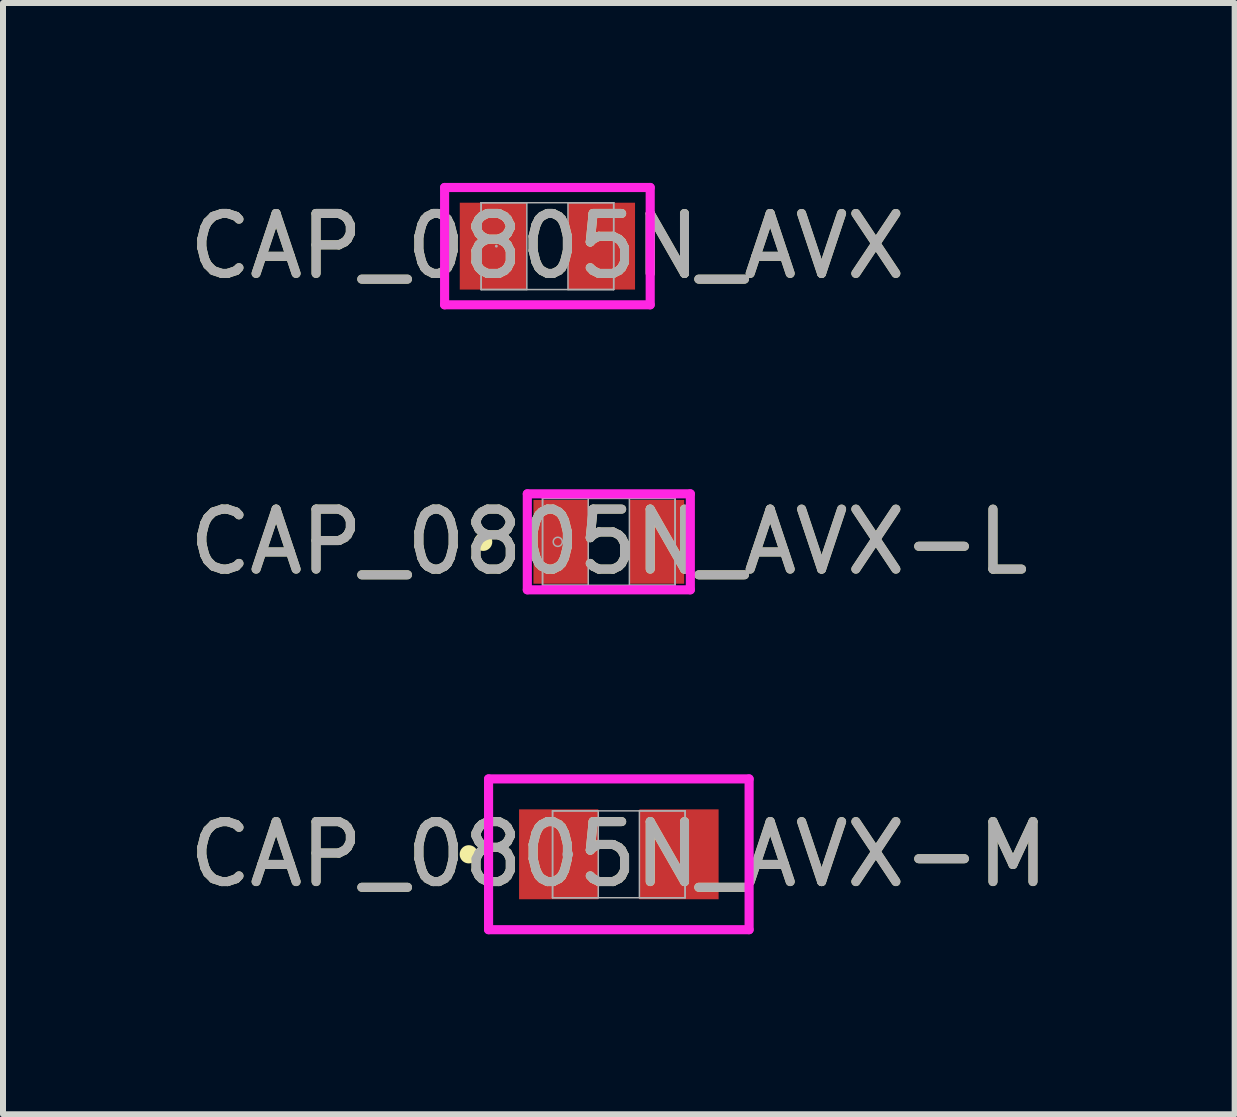
<source format=kicad_pcb>
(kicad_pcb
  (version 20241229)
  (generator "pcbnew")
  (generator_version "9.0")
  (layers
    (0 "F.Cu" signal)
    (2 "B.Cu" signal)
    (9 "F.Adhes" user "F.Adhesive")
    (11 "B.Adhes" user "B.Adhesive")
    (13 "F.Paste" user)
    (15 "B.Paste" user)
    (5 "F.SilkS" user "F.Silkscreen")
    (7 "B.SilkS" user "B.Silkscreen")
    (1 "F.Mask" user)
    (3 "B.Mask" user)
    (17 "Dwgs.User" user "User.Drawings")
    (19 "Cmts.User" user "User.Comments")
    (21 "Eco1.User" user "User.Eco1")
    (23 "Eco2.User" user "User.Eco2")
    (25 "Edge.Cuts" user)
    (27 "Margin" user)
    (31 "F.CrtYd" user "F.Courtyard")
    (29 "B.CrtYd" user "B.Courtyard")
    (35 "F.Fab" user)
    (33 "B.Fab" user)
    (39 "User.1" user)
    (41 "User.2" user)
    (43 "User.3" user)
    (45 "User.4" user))
  (footprint "CAP_0805N_AVX"
    (layer "F.Cu")
    (at 6.077 1.054)
    (property "Reference" "CAP_0805N_AVX" (at 0 0 0) (unlocked yes) (layer "F.SilkS") (effects (font (size 1 1) (thickness 0.15))))
    (attr smd)
    (fp_line (start -1.714 -0.978) (end 1.714 -0.978) (stroke (width 0.152) (type solid)) (layer "F.CrtYd"))
    (fp_line (start -1.714 0.978) (end -1.714 -0.978) (stroke (width 0.152) (type solid)) (layer "F.CrtYd"))
    (fp_line (start 1.714 -0.978) (end 1.714 0.978) (stroke (width 0.152) (type solid)) (layer "F.CrtYd"))
    (fp_line (start 1.714 0.978) (end -1.714 0.978) (stroke (width 0.152) (type solid)) (layer "F.CrtYd"))
    (fp_line (start -1.105 -0.724) (end -1.105 0.724) (stroke (width 0.025) (type solid)) (layer "F.Fab"))
    (fp_line (start -1.105 -0.724) (end -1.105 0.724) (stroke (width 0.025) (type solid)) (layer "F.Fab"))
    (fp_line (start -1.105 0.724) (end -0.343 0.724) (stroke (width 0.025) (type solid)) (layer "F.Fab"))
    (fp_line (start -1.105 0.724) (end 1.105 0.724) (stroke (width 0.025) (type solid)) (layer "F.Fab"))
    (fp_line (start -0.343 -0.724) (end -1.105 -0.724) (stroke (width 0.025) (type solid)) (layer "F.Fab"))
    (fp_line (start -0.343 0.724) (end -0.343 -0.724) (stroke (width 0.025) (type solid)) (layer "F.Fab"))
    (fp_line (start 0.343 -0.724) (end 0.343 0.724) (stroke (width 0.025) (type solid)) (layer "F.Fab"))
    (fp_line (start 0.343 0.724) (end 1.105 0.724) (stroke (width 0.025) (type solid)) (layer "F.Fab"))
    (fp_line (start 1.105 -0.724) (end -1.105 -0.724) (stroke (width 0.025) (type solid)) (layer "F.Fab"))
    (fp_line (start 1.105 -0.724) (end 0.343 -0.724) (stroke (width 0.025) (type solid)) (layer "F.Fab"))
    (fp_line (start 1.105 0.724) (end 1.105 -0.724) (stroke (width 0.025) (type solid)) (layer "F.Fab"))
    (fp_line (start 1.105 0.724) (end 1.105 -0.724) (stroke (width 0.025) (type solid)) (layer "F.Fab"))
    (fp_circle (center -0.851 0) (end -0.851 0) (stroke (width 0.025) (type solid)) (fill no) (layer "F.Fab"))
    (fp_text user "${REFERENCE}" (at 0 0 0) (unlocked yes) (layer "F.Fab") (effects (font (size 1 1) (thickness 0.15))))
    (pad "1" smd rect (at -0.902 0) (size 1.118 1.448) (layers "F.Cu" "F.Mask" "F.Paste"))
    (pad "2" smd rect (at 0.902 0) (size 1.118 1.448) (layers "F.Cu" "F.Mask" "F.Paste"))
    (zone (net_name "") (layer "F.Cu") (hatch full 0.508) (connect_pads) (min_thickness 0.254) (filled_areas_thickness no) (keepout (tracks not_allowed) (vias not_allowed) (pads allowed) (copperpour not_allowed) (footprints allowed)) (placement (enabled no)) (fill) (polygon (pts (xy 5.785 0.381) (xy 6.369 0.381) (xy 6.369 1.727) (xy 5.785 1.727)))))
  (footprint "CAP_0805N_AVX-M"
    (layer "F.Cu")
    (at 7.268 11.194)
    (property "Reference" "CAP_0805N_AVX-M" (at 0 0 0) (unlocked yes) (layer "F.SilkS") (effects (font (size 1 1) (thickness 0.15))))
    (attr smd)
    (fp_circle (center -2.502 0) (end -2.426 0) (stroke (width 0.152) (type solid)) (fill no) (layer "F.SilkS"))
    (fp_line (start -2.172 -1.257) (end 2.172 -1.257) (stroke (width 0.152) (type solid)) (layer "F.CrtYd"))
    (fp_line (start -2.172 1.257) (end -2.172 -1.257) (stroke (width 0.152) (type solid)) (layer "F.CrtYd"))
    (fp_line (start 2.172 -1.257) (end 2.172 1.257) (stroke (width 0.152) (type solid)) (layer "F.CrtYd"))
    (fp_line (start 2.172 1.257) (end -2.172 1.257) (stroke (width 0.152) (type solid)) (layer "F.CrtYd"))
    (fp_line (start -1.105 -0.724) (end -1.105 0.724) (stroke (width 0.025) (type solid)) (layer "F.Fab"))
    (fp_line (start -1.105 -0.724) (end -1.105 0.724) (stroke (width 0.025) (type solid)) (layer "F.Fab"))
    (fp_line (start -1.105 0.724) (end -0.343 0.724) (stroke (width 0.025) (type solid)) (layer "F.Fab"))
    (fp_line (start -1.105 0.724) (end 1.105 0.724) (stroke (width 0.025) (type solid)) (layer "F.Fab"))
    (fp_line (start -0.343 -0.724) (end -1.105 -0.724) (stroke (width 0.025) (type solid)) (layer "F.Fab"))
    (fp_line (start -0.343 0.724) (end -0.343 -0.724) (stroke (width 0.025) (type solid)) (layer "F.Fab"))
    (fp_line (start 0.343 -0.724) (end 0.343 0.724) (stroke (width 0.025) (type solid)) (layer "F.Fab"))
    (fp_line (start 0.343 0.724) (end 1.105 0.724) (stroke (width 0.025) (type solid)) (layer "F.Fab"))
    (fp_line (start 1.105 -0.724) (end -1.105 -0.724) (stroke (width 0.025) (type solid)) (layer "F.Fab"))
    (fp_line (start 1.105 -0.724) (end 0.343 -0.724) (stroke (width 0.025) (type solid)) (layer "F.Fab"))
    (fp_line (start 1.105 0.724) (end 1.105 -0.724) (stroke (width 0.025) (type solid)) (layer "F.Fab"))
    (fp_line (start 1.105 0.724) (end 1.105 -0.724) (stroke (width 0.025) (type solid)) (layer "F.Fab"))
    (fp_circle (center -0.851 0) (end -0.775 0) (stroke (width 0.025) (type solid)) (fill no) (layer "F.Fab"))
    (fp_text user "${REFERENCE}" (at 0 0 0) (unlocked yes) (layer "F.Fab") (effects (font (size 1 1) (thickness 0.15))))
    (pad "1" smd rect (at -1.003 0) (size 1.321 1.499) (layers "F.Cu" "F.Mask" "F.Paste"))
    (pad "2" smd rect (at 1.003 0) (size 1.321 1.499) (layers "F.Cu" "F.Mask" "F.Paste"))
    (zone (net_name "") (layer "F.Cu") (hatch full 0.508) (connect_pads) (min_thickness 0.254) (filled_areas_thickness no) (keepout (tracks not_allowed) (vias not_allowed) (pads allowed) (copperpour not_allowed) (footprints allowed)) (placement (enabled no)) (fill) (polygon (pts (xy 6.976 10.521) (xy 7.56 10.521) (xy 7.56 11.867) (xy 6.976 11.867)))))
  (footprint "CAP_0805N_AVX-L"
    (layer "F.Cu")
    (at 7.101 5.984)
    (property "Reference" "CAP_0805N_AVX-L" (at 0 0 0) (unlocked yes) (layer "F.SilkS") (effects (font (size 1 1) (thickness 0.15))))
    (attr smd)
    (fp_circle (center -2.095 0) (end -2.019 0) (stroke (width 0.152) (type solid)) (fill no) (layer "F.SilkS"))
    (fp_line (start -1.359 -0.8) (end 1.359 -0.8) (stroke (width 0.152) (type solid)) (layer "F.CrtYd"))
    (fp_line (start -1.359 0.8) (end -1.359 -0.8) (stroke (width 0.152) (type solid)) (layer "F.CrtYd"))
    (fp_line (start 1.359 -0.8) (end 1.359 0.8) (stroke (width 0.152) (type solid)) (layer "F.CrtYd"))
    (fp_line (start 1.359 0.8) (end -1.359 0.8) (stroke (width 0.152) (type solid)) (layer "F.CrtYd"))
    (fp_line (start -1.105 -0.724) (end -1.105 0.724) (stroke (width 0.025) (type solid)) (layer "F.Fab"))
    (fp_line (start -1.105 -0.724) (end -1.105 0.724) (stroke (width 0.025) (type solid)) (layer "F.Fab"))
    (fp_line (start -1.105 0.724) (end -0.343 0.724) (stroke (width 0.025) (type solid)) (layer "F.Fab"))
    (fp_line (start -1.105 0.724) (end 1.105 0.724) (stroke (width 0.025) (type solid)) (layer "F.Fab"))
    (fp_line (start -0.343 -0.724) (end -1.105 -0.724) (stroke (width 0.025) (type solid)) (layer "F.Fab"))
    (fp_line (start -0.343 0.724) (end -0.343 -0.724) (stroke (width 0.025) (type solid)) (layer "F.Fab"))
    (fp_line (start 0.343 -0.724) (end 0.343 0.724) (stroke (width 0.025) (type solid)) (layer "F.Fab"))
    (fp_line (start 0.343 0.724) (end 1.105 0.724) (stroke (width 0.025) (type solid)) (layer "F.Fab"))
    (fp_line (start 1.105 -0.724) (end -1.105 -0.724) (stroke (width 0.025) (type solid)) (layer "F.Fab"))
    (fp_line (start 1.105 -0.724) (end 0.343 -0.724) (stroke (width 0.025) (type solid)) (layer "F.Fab"))
    (fp_line (start 1.105 0.724) (end 1.105 -0.724) (stroke (width 0.025) (type solid)) (layer "F.Fab"))
    (fp_line (start 1.105 0.724) (end 1.105 -0.724) (stroke (width 0.025) (type solid)) (layer "F.Fab"))
    (fp_circle (center -0.851 0) (end -0.775 0) (stroke (width 0.025) (type solid)) (fill no) (layer "F.Fab"))
    (fp_text user "${REFERENCE}" (at 0 0 0) (unlocked yes) (layer "F.Fab") (effects (font (size 1 1) (thickness 0.15))))
    (pad "1" smd rect (at -0.8 0) (size 0.914 1.397) (layers "F.Cu" "F.Mask" "F.Paste"))
    (pad "2" smd rect (at 0.8 0) (size 0.914 1.397) (layers "F.Cu" "F.Mask" "F.Paste"))
    (zone (net_name "") (layer "F.Cu") (hatch full 0.508) (connect_pads) (min_thickness 0.254) (filled_areas_thickness no) (keepout (tracks not_allowed) (vias not_allowed) (pads allowed) (copperpour not_allowed) (footprints allowed)) (placement (enabled no)) (fill) (polygon (pts (xy 6.809 5.311) (xy 7.393 5.311) (xy 7.393 6.658) (xy 6.809 6.658)))))
  (gr_rect
    (start -3 -3)
    (end 17.536 15.528)
    (stroke (width 0.1) (type default))
    (fill no)
    (layer "Edge.Cuts")))
</source>
